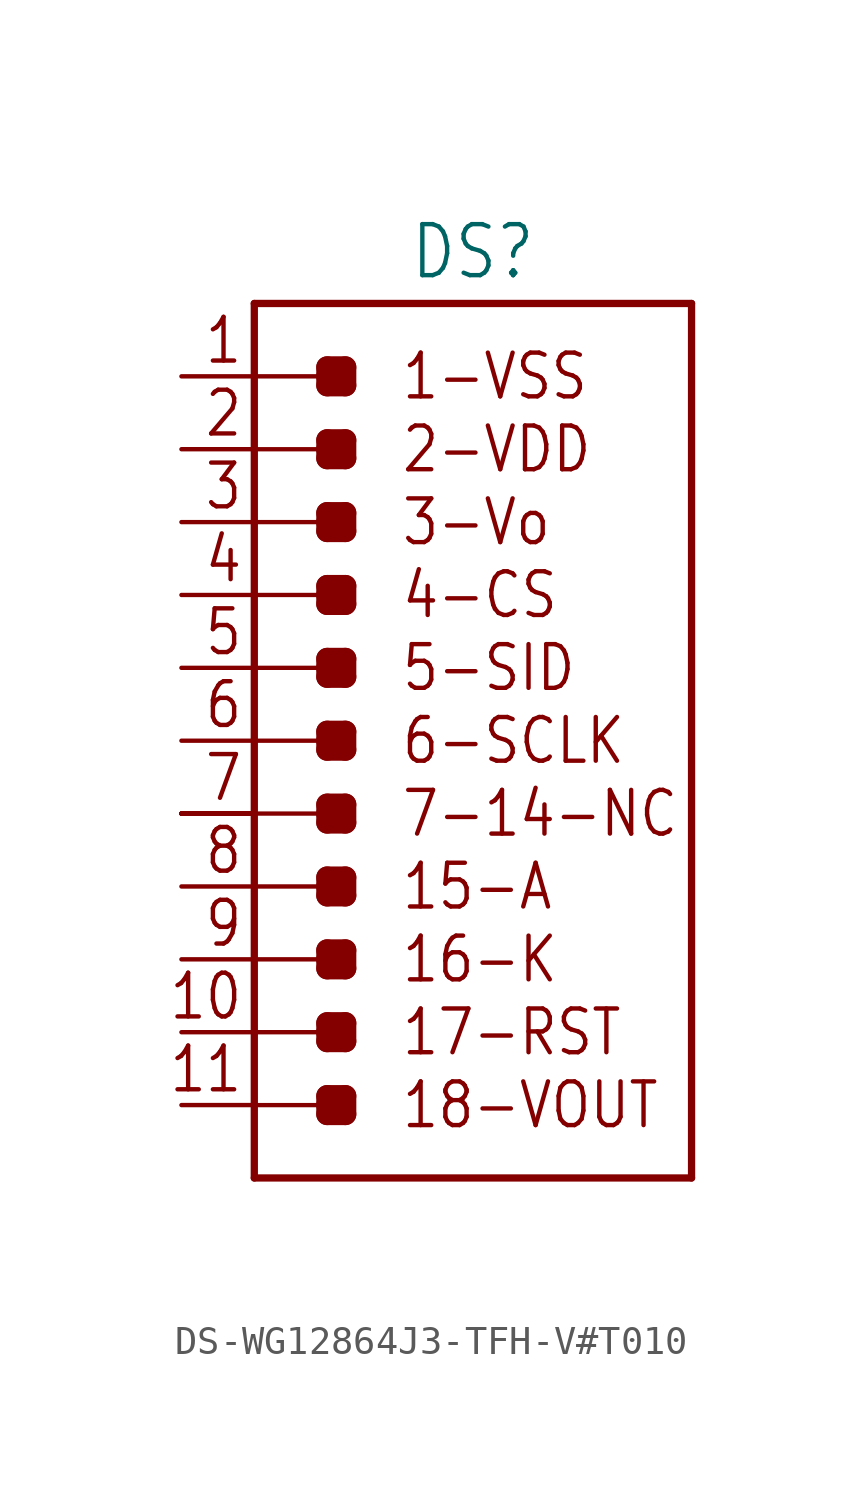
<source format=kicad_sym>
(kicad_symbol_lib
  (version 20231120)
  (generator "kicad_symbol_editor")
  (generator_version "8.0")
  (symbol "DS-WG12864J3-TFH-V#T010"
    (property "Reference" "DS"
      (at 0 16.002 0)
      (effects (font (size 1.778 1.511)) (justify bottom)))
    (property "Value" ""
      (at 0 -16.002 0)
      (effects (font (size 1.778 1.511)) (justify top)))
    (property "ki_locked" ""
      (at 0 0 0)
      (effects (font (size 1.27 1.27))))
    (symbol "DS-WG12864J3-TFH-V#T010_1_0"
      (polyline (pts (xy -7.62 -12.7) (xy -5.08 -12.7)) (stroke (width 0.152) (type solid)) (fill (type none)))
      (polyline (pts (xy -7.62 -10.16) (xy -5.08 -10.16)) (stroke (width 0.152) (type solid)) (fill (type none)))
      (polyline (pts (xy -7.62 -7.62) (xy -5.08 -7.62)) (stroke (width 0.152) (type solid)) (fill (type none)))
      (polyline (pts (xy -7.62 -5.08) (xy -5.08 -5.08)) (stroke (width 0.152) (type solid)) (fill (type none)))
      (polyline (pts (xy -7.62 -2.54) (xy -5.08 -2.54)) (stroke (width 0.152) (type solid)) (fill (type none)))
      (polyline (pts (xy -7.62 0) (xy -5.08 0)) (stroke (width 0.152) (type solid)) (fill (type none)))
      (polyline (pts (xy -7.62 2.54) (xy -5.08 2.54)) (stroke (width 0.152) (type solid)) (fill (type none)))
      (polyline (pts (xy -7.62 5.08) (xy -5.08 5.08)) (stroke (width 0.152) (type solid)) (fill (type none)))
      (polyline (pts (xy -7.62 7.62) (xy -5.08 7.62)) (stroke (width 0.152) (type solid)) (fill (type none)))
      (polyline (pts (xy -7.62 10.16) (xy -5.08 10.16)) (stroke (width 0.152) (type solid)) (fill (type none)))
      (polyline (pts (xy -7.62 12.7) (xy -5.08 12.7)) (stroke (width 0.152) (type solid)) (fill (type none)))
      (polyline (pts (xy -7.62 15.24) (xy -7.62 -15.24)) (stroke (width 0.254) (type solid)) (fill (type none)))
      (polyline (pts (xy -7.62 15.24) (xy 7.62 15.24)) (stroke (width 0.254) (type solid)) (fill (type none)))
      (polyline (pts (xy -5.08 -13.018) (xy -4.445 -13.018)) (stroke (width 0.762) (type solid)) (fill (type none)))
      (polyline (pts (xy -5.08 -12.7) (xy -5.08 -13.018)) (stroke (width 0.762) (type solid)) (fill (type none)))
      (polyline (pts (xy -5.08 -12.383) (xy -5.08 -12.7)) (stroke (width 0.762) (type solid)) (fill (type none)))
      (polyline (pts (xy -5.08 -12.383) (xy -4.445 -12.383)) (stroke (width 0.762) (type solid)) (fill (type none)))
      (polyline (pts (xy -5.08 -10.477) (xy -4.445 -10.477)) (stroke (width 0.762) (type solid)) (fill (type none)))
      (polyline (pts (xy -5.08 -10.16) (xy -5.08 -10.477)) (stroke (width 0.762) (type solid)) (fill (type none)))
      (polyline (pts (xy -5.08 -9.842) (xy -5.08 -10.16)) (stroke (width 0.762) (type solid)) (fill (type none)))
      (polyline (pts (xy -5.08 -9.842) (xy -4.445 -9.842)) (stroke (width 0.762) (type solid)) (fill (type none)))
      (polyline (pts (xy -5.08 -7.938) (xy -4.445 -7.938)) (stroke (width 0.762) (type solid)) (fill (type none)))
      (polyline (pts (xy -5.08 -7.62) (xy -5.08 -7.938)) (stroke (width 0.762) (type solid)) (fill (type none)))
      (polyline (pts (xy -5.08 -7.303) (xy -5.08 -7.62)) (stroke (width 0.762) (type solid)) (fill (type none)))
      (polyline (pts (xy -5.08 -7.303) (xy -4.445 -7.303)) (stroke (width 0.762) (type solid)) (fill (type none)))
      (polyline (pts (xy -5.08 -5.397) (xy -4.445 -5.397)) (stroke (width 0.762) (type solid)) (fill (type none)))
      (polyline (pts (xy -5.08 -5.08) (xy -5.08 -5.397)) (stroke (width 0.762) (type solid)) (fill (type none)))
      (polyline (pts (xy -5.08 -4.763) (xy -5.08 -5.08)) (stroke (width 0.762) (type solid)) (fill (type none)))
      (polyline (pts (xy -5.08 -4.763) (xy -4.445 -4.763)) (stroke (width 0.762) (type solid)) (fill (type none)))
      (polyline (pts (xy -5.08 -2.857) (xy -4.445 -2.857)) (stroke (width 0.762) (type solid)) (fill (type none)))
      (polyline (pts (xy -5.08 -2.54) (xy -5.08 -2.857)) (stroke (width 0.762) (type solid)) (fill (type none)))
      (polyline (pts (xy -5.08 -2.223) (xy -5.08 -2.54)) (stroke (width 0.762) (type solid)) (fill (type none)))
      (polyline (pts (xy -5.08 -2.223) (xy -4.445 -2.223)) (stroke (width 0.762) (type solid)) (fill (type none)))
      (polyline (pts (xy -5.08 -0.318) (xy -4.445 -0.318)) (stroke (width 0.762) (type solid)) (fill (type none)))
      (polyline (pts (xy -5.08 0) (xy -5.08 -0.318)) (stroke (width 0.762) (type solid)) (fill (type none)))
      (polyline (pts (xy -5.08 0.318) (xy -5.08 0)) (stroke (width 0.762) (type solid)) (fill (type none)))
      (polyline (pts (xy -5.08 0.318) (xy -4.445 0.318)) (stroke (width 0.762) (type solid)) (fill (type none)))
      (polyline (pts (xy -5.08 2.223) (xy -4.445 2.223)) (stroke (width 0.762) (type solid)) (fill (type none)))
      (polyline (pts (xy -5.08 2.54) (xy -5.08 2.223)) (stroke (width 0.762) (type solid)) (fill (type none)))
      (polyline (pts (xy -5.08 2.857) (xy -5.08 2.54)) (stroke (width 0.762) (type solid)) (fill (type none)))
      (polyline (pts (xy -5.08 2.857) (xy -4.445 2.857)) (stroke (width 0.762) (type solid)) (fill (type none)))
      (polyline (pts (xy -5.08 4.763) (xy -4.445 4.763)) (stroke (width 0.762) (type solid)) (fill (type none)))
      (polyline (pts (xy -5.08 5.08) (xy -5.08 4.763)) (stroke (width 0.762) (type solid)) (fill (type none)))
      (polyline (pts (xy -5.08 5.397) (xy -5.08 5.08)) (stroke (width 0.762) (type solid)) (fill (type none)))
      (polyline (pts (xy -5.08 5.397) (xy -4.445 5.397)) (stroke (width 0.762) (type solid)) (fill (type none)))
      (polyline (pts (xy -5.08 7.303) (xy -4.445 7.303)) (stroke (width 0.762) (type solid)) (fill (type none)))
      (polyline (pts (xy -5.08 7.62) (xy -5.08 7.303)) (stroke (width 0.762) (type solid)) (fill (type none)))
      (polyline (pts (xy -5.08 7.938) (xy -5.08 7.62)) (stroke (width 0.762) (type solid)) (fill (type none)))
      (polyline (pts (xy -5.08 7.938) (xy -4.445 7.938)) (stroke (width 0.762) (type solid)) (fill (type none)))
      (polyline (pts (xy -5.08 9.842) (xy -4.445 9.842)) (stroke (width 0.762) (type solid)) (fill (type none)))
      (polyline (pts (xy -5.08 10.16) (xy -5.08 9.842)) (stroke (width 0.762) (type solid)) (fill (type none)))
      (polyline (pts (xy -5.08 10.477) (xy -5.08 10.16)) (stroke (width 0.762) (type solid)) (fill (type none)))
      (polyline (pts (xy -5.08 10.477) (xy -4.445 10.477)) (stroke (width 0.762) (type solid)) (fill (type none)))
      (polyline (pts (xy -5.08 12.383) (xy -4.445 12.383)) (stroke (width 0.762) (type solid)) (fill (type none)))
      (polyline (pts (xy -5.08 12.7) (xy -5.08 12.383)) (stroke (width 0.762) (type solid)) (fill (type none)))
      (polyline (pts (xy -5.08 13.018) (xy -5.08 12.7)) (stroke (width 0.762) (type solid)) (fill (type none)))
      (polyline (pts (xy -5.08 13.018) (xy -4.445 13.018)) (stroke (width 0.762) (type solid)) (fill (type none)))
      (polyline (pts (xy -4.445 -13.018) (xy -4.445 -12.383)) (stroke (width 0.762) (type solid)) (fill (type none)))
      (polyline (pts (xy -4.445 -10.477) (xy -4.445 -9.842)) (stroke (width 0.762) (type solid)) (fill (type none)))
      (polyline (pts (xy -4.445 -7.938) (xy -4.445 -7.303)) (stroke (width 0.762) (type solid)) (fill (type none)))
      (polyline (pts (xy -4.445 -5.397) (xy -4.445 -4.763)) (stroke (width 0.762) (type solid)) (fill (type none)))
      (polyline (pts (xy -4.445 -2.857) (xy -4.445 -2.223)) (stroke (width 0.762) (type solid)) (fill (type none)))
      (polyline (pts (xy -4.445 -0.318) (xy -4.445 0.318)) (stroke (width 0.762) (type solid)) (fill (type none)))
      (polyline (pts (xy -4.445 2.223) (xy -4.445 2.857)) (stroke (width 0.762) (type solid)) (fill (type none)))
      (polyline (pts (xy -4.445 4.763) (xy -4.445 5.397)) (stroke (width 0.762) (type solid)) (fill (type none)))
      (polyline (pts (xy -4.445 7.303) (xy -4.445 7.938)) (stroke (width 0.762) (type solid)) (fill (type none)))
      (polyline (pts (xy -4.445 9.842) (xy -4.445 10.477)) (stroke (width 0.762) (type solid)) (fill (type none)))
      (polyline (pts (xy -4.445 12.383) (xy -4.445 13.018)) (stroke (width 0.762) (type solid)) (fill (type none)))
      (polyline (pts (xy 7.62 -15.24) (xy -7.62 -15.24)) (stroke (width 0.254) (type solid)) (fill (type none)))
      (polyline (pts (xy 7.62 15.24) (xy 7.62 -15.24)) (stroke (width 0.254) (type solid)) (fill (type none)))
      (text "1" (at -7.976 13.056 0) (effects (font (size 1.524 1.295)) (justify right bottom)))
      (text "1-VSS" (at -2.54 12.7 0) (effects (font (size 1.524 1.295)) (justify left)))
      (text "10" (at -7.976 -9.804 0) (effects (font (size 1.524 1.295)) (justify right bottom)))
      (text "11" (at -7.976 -12.344 0) (effects (font (size 1.524 1.295)) (justify right bottom)))
      (text "15-A" (at -2.54 -5.08 0) (effects (font (size 1.524 1.295)) (justify left)))
      (text "16-K" (at -2.54 -7.62 0) (effects (font (size 1.524 1.295)) (justify left)))
      (text "17-RST" (at -2.54 -10.16 0) (effects (font (size 1.524 1.295)) (justify left)))
      (text "18-VOUT" (at -2.54 -12.7 0) (effects (font (size 1.524 1.295)) (justify left)))
      (text "2" (at -7.976 10.516 0) (effects (font (size 1.524 1.295)) (justify right bottom)))
      (text "2-VDD" (at -2.54 10.16 0) (effects (font (size 1.524 1.295)) (justify left)))
      (text "3" (at -7.976 7.976 0) (effects (font (size 1.524 1.295)) (justify right bottom)))
      (text "3-Vo" (at -2.54 7.62 0) (effects (font (size 1.524 1.295)) (justify left)))
      (text "4" (at -7.976 5.436 0) (effects (font (size 1.524 1.295)) (justify right bottom)))
      (text "4-CS" (at -2.54 5.08 0) (effects (font (size 1.524 1.295)) (justify left)))
      (text "5" (at -7.976 2.896 0) (effects (font (size 1.524 1.295)) (justify right bottom)))
      (text "5-SID" (at -2.54 2.54 0) (effects (font (size 1.524 1.295)) (justify left)))
      (text "6" (at -7.976 0.356 0) (effects (font (size 1.524 1.295)) (justify right bottom)))
      (text "6-SCLK" (at -2.54 0 0) (effects (font (size 1.524 1.295)) (justify left)))
      (text "7" (at -7.976 -2.184 0) (effects (font (size 1.524 1.295)) (justify right bottom)))
      (text "7-14-NC" (at -2.54 -2.54 0) (effects (font (size 1.524 1.295)) (justify left)))
      (text "8" (at -7.976 -4.724 0) (effects (font (size 1.524 1.295)) (justify right bottom)))
      (text "9" (at -7.976 -7.264 0) (effects (font (size 1.524 1.295)) (justify right bottom)))
      (pin passive line (at -10.16 12.7 0) (length 2.54) (name "VSS" (effects (font (size 0 0)))) (number "1" (effects (font (size 0 0)))))
      (pin passive line (at -10.16 -2.54 0) (length 2.54) (name "NC" (effects (font (size 0 0)))) (number "10" (effects (font (size 0 0)))))
      (pin passive line (at -10.16 -2.54 0) (length 2.54) (name "NC" (effects (font (size 0 0)))) (number "11" (effects (font (size 0 0)))))
      (pin passive line (at -10.16 -2.54 0) (length 2.54) (name "NC" (effects (font (size 0 0)))) (number "12" (effects (font (size 0 0)))))
      (pin passive line (at -10.16 -2.54 0) (length 2.54) (name "NC" (effects (font (size 0 0)))) (number "13" (effects (font (size 0 0)))))
      (pin passive line (at -10.16 -2.54 0) (length 2.54) (name "NC" (effects (font (size 0 0)))) (number "14" (effects (font (size 0 0)))))
      (pin passive line (at -10.16 -5.08 0) (length 2.54) (name "A" (effects (font (size 0 0)))) (number "15" (effects (font (size 0 0)))))
      (pin passive line (at -10.16 -7.62 0) (length 2.54) (name "K" (effects (font (size 0 0)))) (number "16" (effects (font (size 0 0)))))
      (pin passive line (at -10.16 -10.16 0) (length 2.54) (name "RST" (effects (font (size 0 0)))) (number "17" (effects (font (size 0 0)))))
      (pin passive line (at -10.16 -12.7 0) (length 2.54) (name "VOUT" (effects (font (size 0 0)))) (number "18" (effects (font (size 0 0)))))
      (pin passive line (at -10.16 10.16 0) (length 2.54) (name "VDD" (effects (font (size 0 0)))) (number "2" (effects (font (size 0 0)))))
      (pin passive line (at -10.16 7.62 0) (length 2.54) (name "VO" (effects (font (size 0 0)))) (number "3" (effects (font (size 0 0)))))
      (pin passive line (at -10.16 5.08 0) (length 2.54) (name "CS" (effects (font (size 0 0)))) (number "4" (effects (font (size 0 0)))))
      (pin passive line (at -10.16 2.54 0) (length 2.54) (name "SID" (effects (font (size 0 0)))) (number "5" (effects (font (size 0 0)))))
      (pin passive line (at -10.16 0 0) (length 2.54) (name "SCLK" (effects (font (size 0 0)))) (number "6" (effects (font (size 0 0)))))
      (pin passive line (at -10.16 -2.54 0) (length 2.54) (name "NC" (effects (font (size 0 0)))) (number "7" (effects (font (size 0 0)))))
      (pin passive line (at -10.16 -2.54 0) (length 2.54) (name "NC" (effects (font (size 0 0)))) (number "8" (effects (font (size 0 0)))))
      (pin passive line (at -10.16 -2.54 0) (length 2.54) (name "NC" (effects (font (size 0 0)))) (number "9" (effects (font (size 0 0))))))))
</source>
